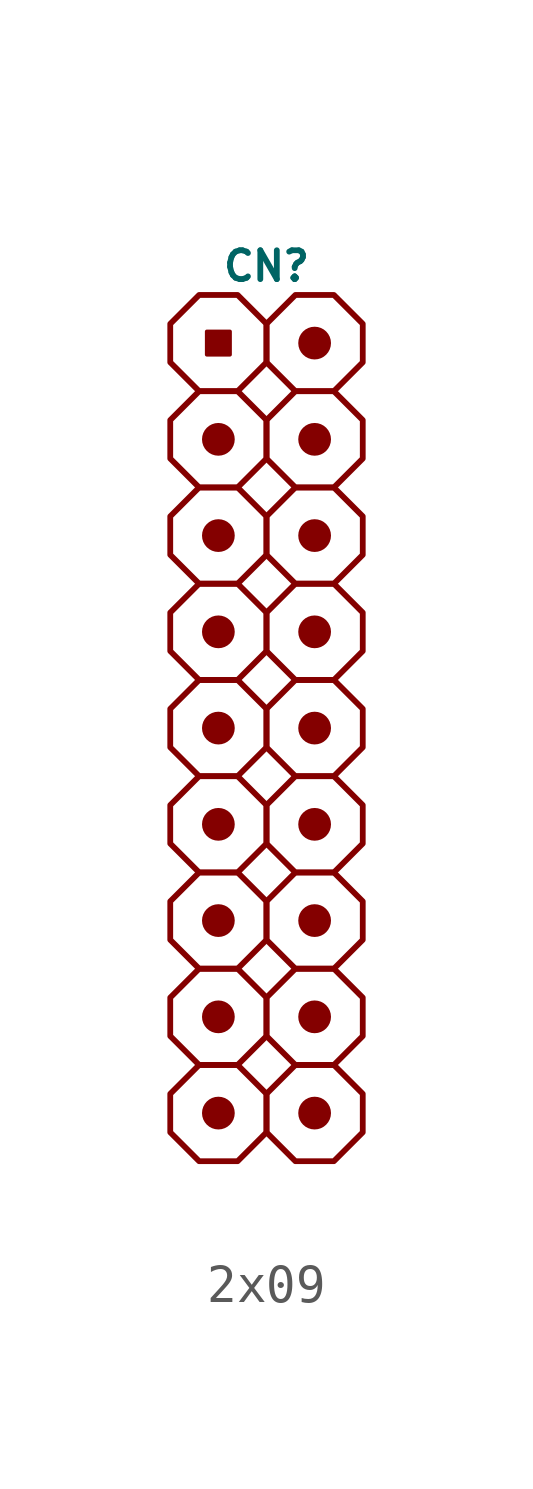
<source format=kicad_sym>
(kicad_symbol_lib
  (version 20220914)
  (generator kicad_symbol_editor)
  (symbol "2x09"
    (pin_numbers hide)
    (pin_names
      (offset 0) hide)
    (property "Reference" "CN"
      (at 0 12.192 0)
      (effects (font (size 0.762 0.762))))
    (symbol "2x09_0_1"
      (rectangle (start -1.575 10.465) (end -0.965 9.855) (stroke (width 0.102) (type solid)) (fill (type outline)))
      (circle (center -1.27 -10.16) (radius 0.356) (stroke (width 0) (type solid)) (fill (type outline)))
      (circle (center -1.27 -7.62) (radius 0.356) (stroke (width 0) (type solid)) (fill (type outline)))
      (circle (center -1.27 -5.08) (radius 0.356) (stroke (width 0) (type solid)) (fill (type outline)))
      (circle (center -1.27 -2.54) (radius 0.356) (stroke (width 0) (type solid)) (fill (type outline)))
      (circle (center -1.27 0) (radius 0.356) (stroke (width 0) (type solid)) (fill (type outline)))
      (circle (center -1.27 2.54) (radius 0.356) (stroke (width 0) (type solid)) (fill (type outline)))
      (circle (center -1.27 5.08) (radius 0.356) (stroke (width 0) (type solid)) (fill (type outline)))
      (circle (center -1.27 7.62) (radius 0.356) (stroke (width 0) (type solid)) (fill (type outline)))
      (polyline (pts (xy -1.27 -11.43) (xy -1.778 -11.43) (xy -2.54 -10.668) (xy -2.54 -9.652) (xy -1.778 -8.89) (xy -0.762 -8.89) (xy 0 -9.652) (xy 0 -10.668) (xy -0.762 -11.43) (xy -1.27 -11.43)) (stroke (width 0) (type solid)) (fill (type none)))
      (polyline (pts (xy -1.27 -8.89) (xy -1.778 -8.89) (xy -2.54 -8.128) (xy -2.54 -7.112) (xy -1.778 -6.35) (xy -0.762 -6.35) (xy 0 -7.112) (xy 0 -8.128) (xy -0.762 -8.89) (xy -1.27 -8.89)) (stroke (width 0) (type solid)) (fill (type none)))
      (polyline (pts (xy -1.27 -6.35) (xy -1.778 -6.35) (xy -2.54 -5.588) (xy -2.54 -4.572) (xy -1.778 -3.81) (xy -0.762 -3.81) (xy 0 -4.572) (xy 0 -5.588) (xy -0.762 -6.35) (xy -1.27 -6.35)) (stroke (width 0) (type solid)) (fill (type none)))
      (polyline (pts (xy -1.27 -3.81) (xy -1.778 -3.81) (xy -2.54 -3.048) (xy -2.54 -2.032) (xy -1.778 -1.27) (xy -0.762 -1.27) (xy 0 -2.032) (xy 0 -3.048) (xy -0.762 -3.81) (xy -1.27 -3.81)) (stroke (width 0) (type solid)) (fill (type none)))
      (polyline (pts (xy -1.27 -1.27) (xy -1.778 -1.27) (xy -2.54 -0.508) (xy -2.54 0.508) (xy -1.778 1.27) (xy -0.762 1.27) (xy 0 0.508) (xy 0 -0.508) (xy -0.762 -1.27) (xy -1.27 -1.27)) (stroke (width 0) (type solid)) (fill (type none)))
      (polyline (pts (xy -1.27 1.27) (xy -1.778 1.27) (xy -2.54 2.032) (xy -2.54 3.048) (xy -1.778 3.81) (xy -0.762 3.81) (xy 0 3.048) (xy 0 2.032) (xy -0.762 1.27) (xy -1.27 1.27)) (stroke (width 0) (type solid)) (fill (type none)))
      (polyline (pts (xy -1.27 3.81) (xy -1.778 3.81) (xy -2.54 4.572) (xy -2.54 5.588) (xy -1.778 6.35) (xy -0.762 6.35) (xy 0 5.588) (xy 0 4.572) (xy -0.762 3.81) (xy -1.27 3.81)) (stroke (width 0) (type solid)) (fill (type none)))
      (polyline (pts (xy -1.27 6.35) (xy -1.778 6.35) (xy -2.54 7.112) (xy -2.54 8.128) (xy -1.778 8.89) (xy -0.762 8.89) (xy 0 8.128) (xy 0 7.112) (xy -0.762 6.35) (xy -1.27 6.35)) (stroke (width 0) (type solid)) (fill (type none)))
      (polyline (pts (xy -1.27 8.89) (xy -1.778 8.89) (xy -2.54 9.652) (xy -2.54 10.668) (xy -1.778 11.43) (xy -0.762 11.43) (xy 0 10.668) (xy 0 9.652) (xy -0.762 8.89) (xy -1.27 8.89)) (stroke (width 0) (type solid)) (fill (type none)))
      (polyline (pts (xy 1.27 -11.43) (xy 0.762 -11.43) (xy 0 -10.668) (xy 0 -9.652) (xy 0.762 -8.89) (xy 1.778 -8.89) (xy 2.54 -9.652) (xy 2.54 -10.668) (xy 1.778 -11.43) (xy 1.27 -11.43)) (stroke (width 0) (type solid)) (fill (type none)))
      (polyline (pts (xy 1.27 -8.89) (xy 0.762 -8.89) (xy 0 -8.128) (xy 0 -7.112) (xy 0.762 -6.35) (xy 1.778 -6.35) (xy 2.54 -7.112) (xy 2.54 -8.128) (xy 1.778 -8.89) (xy 1.27 -8.89)) (stroke (width 0) (type solid)) (fill (type none)))
      (polyline (pts (xy 1.27 -6.35) (xy 0.762 -6.35) (xy 0 -5.588) (xy 0 -4.572) (xy 0.762 -3.81) (xy 1.778 -3.81) (xy 2.54 -4.572) (xy 2.54 -5.588) (xy 1.778 -6.35) (xy 1.27 -6.35)) (stroke (width 0) (type solid)) (fill (type none)))
      (polyline (pts (xy 1.27 -3.81) (xy 0.762 -3.81) (xy 0 -3.048) (xy 0 -2.032) (xy 0.762 -1.27) (xy 1.778 -1.27) (xy 2.54 -2.032) (xy 2.54 -3.048) (xy 1.778 -3.81) (xy 1.27 -3.81)) (stroke (width 0) (type solid)) (fill (type none)))
      (polyline (pts (xy 1.27 -1.27) (xy 0.762 -1.27) (xy 0 -0.508) (xy 0 0.508) (xy 0.762 1.27) (xy 1.778 1.27) (xy 2.54 0.508) (xy 2.54 -0.508) (xy 1.778 -1.27) (xy 1.27 -1.27)) (stroke (width 0) (type solid)) (fill (type none)))
      (polyline (pts (xy 1.27 1.27) (xy 0.762 1.27) (xy 0 2.032) (xy 0 3.048) (xy 0.762 3.81) (xy 1.778 3.81) (xy 2.54 3.048) (xy 2.54 2.032) (xy 1.778 1.27) (xy 1.27 1.27)) (stroke (width 0) (type solid)) (fill (type none)))
      (polyline (pts (xy 1.27 3.81) (xy 0.762 3.81) (xy 0 4.572) (xy 0 5.588) (xy 0.762 6.35) (xy 1.778 6.35) (xy 2.54 5.588) (xy 2.54 4.572) (xy 1.778 3.81) (xy 1.27 3.81)) (stroke (width 0) (type solid)) (fill (type none)))
      (polyline (pts (xy 1.27 6.35) (xy 0.762 6.35) (xy 0 7.112) (xy 0 8.128) (xy 0.762 8.89) (xy 1.778 8.89) (xy 2.54 8.128) (xy 2.54 7.112) (xy 1.778 6.35) (xy 1.27 6.35)) (stroke (width 0) (type solid)) (fill (type none)))
      (polyline (pts (xy 1.27 8.89) (xy 0.762 8.89) (xy 0 9.652) (xy 0 10.668) (xy 0.762 11.43) (xy 1.778 11.43) (xy 2.54 10.668) (xy 2.54 9.652) (xy 1.778 8.89) (xy 1.27 8.89)) (stroke (width 0) (type solid)) (fill (type none)))
      (circle (center 1.27 -10.16) (radius 0.356) (stroke (width 0) (type solid)) (fill (type outline)))
      (circle (center 1.27 -7.62) (radius 0.356) (stroke (width 0) (type solid)) (fill (type outline)))
      (circle (center 1.27 -5.08) (radius 0.356) (stroke (width 0) (type solid)) (fill (type outline)))
      (circle (center 1.27 -2.54) (radius 0.356) (stroke (width 0) (type solid)) (fill (type outline)))
      (circle (center 1.27 0) (radius 0.356) (stroke (width 0) (type solid)) (fill (type outline)))
      (circle (center 1.27 2.54) (radius 0.356) (stroke (width 0) (type solid)) (fill (type outline)))
      (circle (center 1.27 5.08) (radius 0.356) (stroke (width 0) (type solid)) (fill (type outline)))
      (circle (center 1.27 7.62) (radius 0.356) (stroke (width 0) (type solid)) (fill (type outline)))
      (circle (center 1.27 10.16) (radius 0.356) (stroke (width 0) (type solid)) (fill (type outline))))
    (symbol "2x09_1_1"
      (pin passive line (at -1.27 10.16 0) (length 0) (name "1" (effects (font (size 0.889 0.889)))) (number "1" (effects (font (size 0.889 0.889)))))
      (pin passive line (at 1.27 0 180) (length 0) (name "10" (effects (font (size 0.889 0.889)))) (number "10" (effects (font (size 0.889 0.889)))))
      (pin passive line (at -1.27 -2.54 0) (length 0) (name "11" (effects (font (size 0.889 0.889)))) (number "11" (effects (font (size 0.889 0.889)))))
      (pin passive line (at 1.27 -2.54 180) (length 0) (name "12" (effects (font (size 0.889 0.889)))) (number "12" (effects (font (size 0.889 0.889)))))
      (pin passive line (at -1.27 -5.08 0) (length 0) (name "13" (effects (font (size 0.889 0.889)))) (number "13" (effects (font (size 0.889 0.889)))))
      (pin passive line (at 1.27 -5.08 180) (length 0) (name "14" (effects (font (size 0.889 0.889)))) (number "14" (effects (font (size 0.889 0.889)))))
      (pin passive line (at -1.27 -7.62 0) (length 0) (name "15" (effects (font (size 0.889 0.889)))) (number "15" (effects (font (size 0.889 0.889)))))
      (pin passive line (at 1.27 -7.62 180) (length 0) (name "16" (effects (font (size 0.889 0.889)))) (number "16" (effects (font (size 0.889 0.889)))))
      (pin passive line (at -1.27 -10.16 0) (length 0) (name "17" (effects (font (size 0.889 0.889)))) (number "17" (effects (font (size 0.889 0.889)))))
      (pin passive line (at 1.27 -10.16 180) (length 0) (name "18" (effects (font (size 0.889 0.889)))) (number "18" (effects (font (size 0.889 0.889)))))
      (pin passive line (at 1.27 10.16 180) (length 0) (name "2" (effects (font (size 0.889 0.889)))) (number "2" (effects (font (size 0.889 0.889)))))
      (pin passive line (at -1.27 7.62 0) (length 0) (name "3" (effects (font (size 0.889 0.889)))) (number "3" (effects (font (size 0.889 0.889)))))
      (pin passive line (at 1.27 7.62 180) (length 0) (name "4" (effects (font (size 0.889 0.889)))) (number "4" (effects (font (size 0.889 0.889)))))
      (pin passive line (at -1.27 5.08 0) (length 0) (name "5" (effects (font (size 0.889 0.889)))) (number "5" (effects (font (size 0.889 0.889)))))
      (pin passive line (at 1.27 5.08 180) (length 0) (name "6" (effects (font (size 0.889 0.889)))) (number "6" (effects (font (size 0.889 0.889)))))
      (pin passive line (at -1.27 2.54 0) (length 0) (name "7" (effects (font (size 0.889 0.889)))) (number "7" (effects (font (size 0.889 0.889)))))
      (pin passive line (at 1.27 2.54 180) (length 0) (name "8" (effects (font (size 0.889 0.889)))) (number "8" (effects (font (size 0.889 0.889)))))
      (pin passive line (at -1.27 0 0) (length 0) (name "9" (effects (font (size 0.889 0.889)))) (number "9" (effects (font (size 0.889 0.889))))))))
</source>
